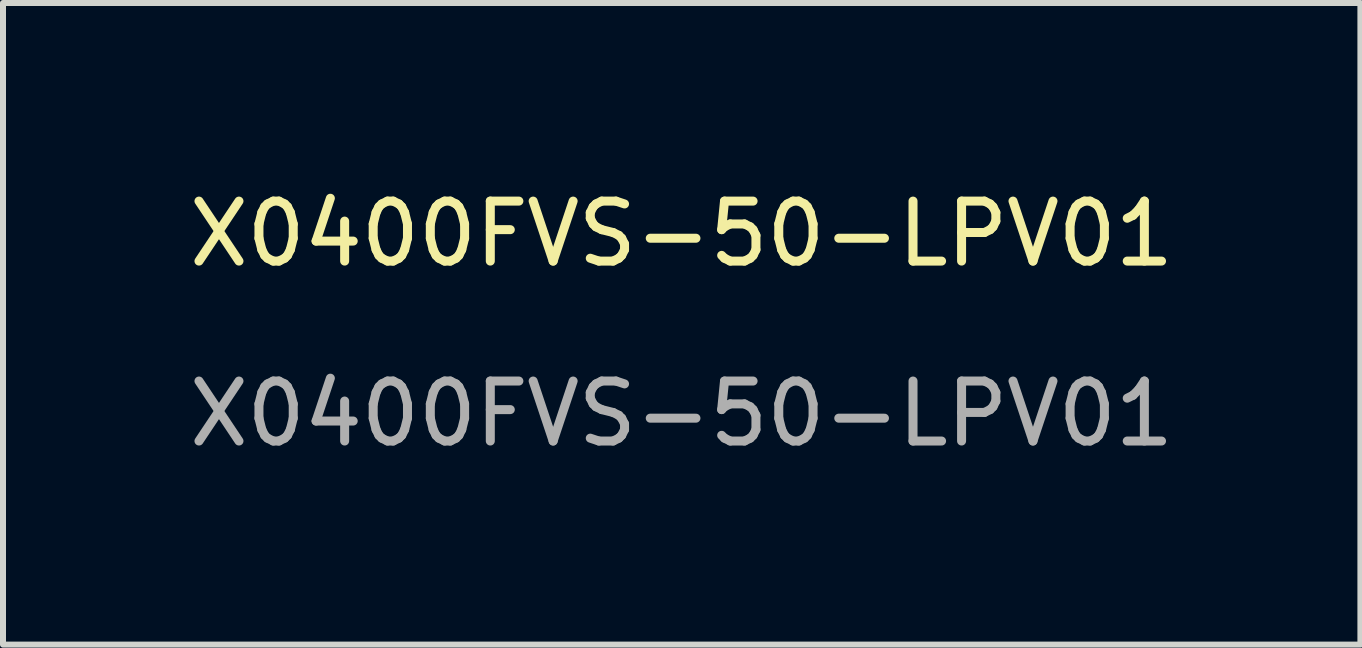
<source format=kicad_pcb>
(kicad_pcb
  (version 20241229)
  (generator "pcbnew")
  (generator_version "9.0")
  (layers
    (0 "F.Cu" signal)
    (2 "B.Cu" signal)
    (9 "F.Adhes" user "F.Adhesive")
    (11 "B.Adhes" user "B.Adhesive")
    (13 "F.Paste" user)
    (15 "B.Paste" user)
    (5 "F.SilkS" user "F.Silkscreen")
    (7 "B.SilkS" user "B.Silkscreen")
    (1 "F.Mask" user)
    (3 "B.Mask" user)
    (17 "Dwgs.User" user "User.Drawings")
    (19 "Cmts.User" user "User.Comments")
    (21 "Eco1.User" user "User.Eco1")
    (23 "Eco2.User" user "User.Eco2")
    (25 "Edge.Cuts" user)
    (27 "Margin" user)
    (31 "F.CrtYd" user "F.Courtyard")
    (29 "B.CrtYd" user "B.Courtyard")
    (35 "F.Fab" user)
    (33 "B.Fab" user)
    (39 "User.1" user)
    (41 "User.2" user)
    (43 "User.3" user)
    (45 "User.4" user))
  (footprint "X0400FVS-50-LPV01"
    (layer "F.Cu")
    (at 8.315 1.348)
    (property "Reference" "X0400FVS-50-LPV01" (at 0 -0.5 0) (unlocked yes) (layer "F.SilkS") (effects (font (size 1 1) (thickness 0.15))))
    (attr smd)
    (fp_text user "${REFERENCE}" (at 0 2.5 0) (unlocked yes) (layer "F.Fab") (effects (font (size 1 1) (thickness 0.15)))))
  (gr_rect
    (start -3 -3)
    (end 19.631 7.697)
    (stroke (width 0.1) (type default))
    (fill no)
    (layer "Edge.Cuts")))
</source>
